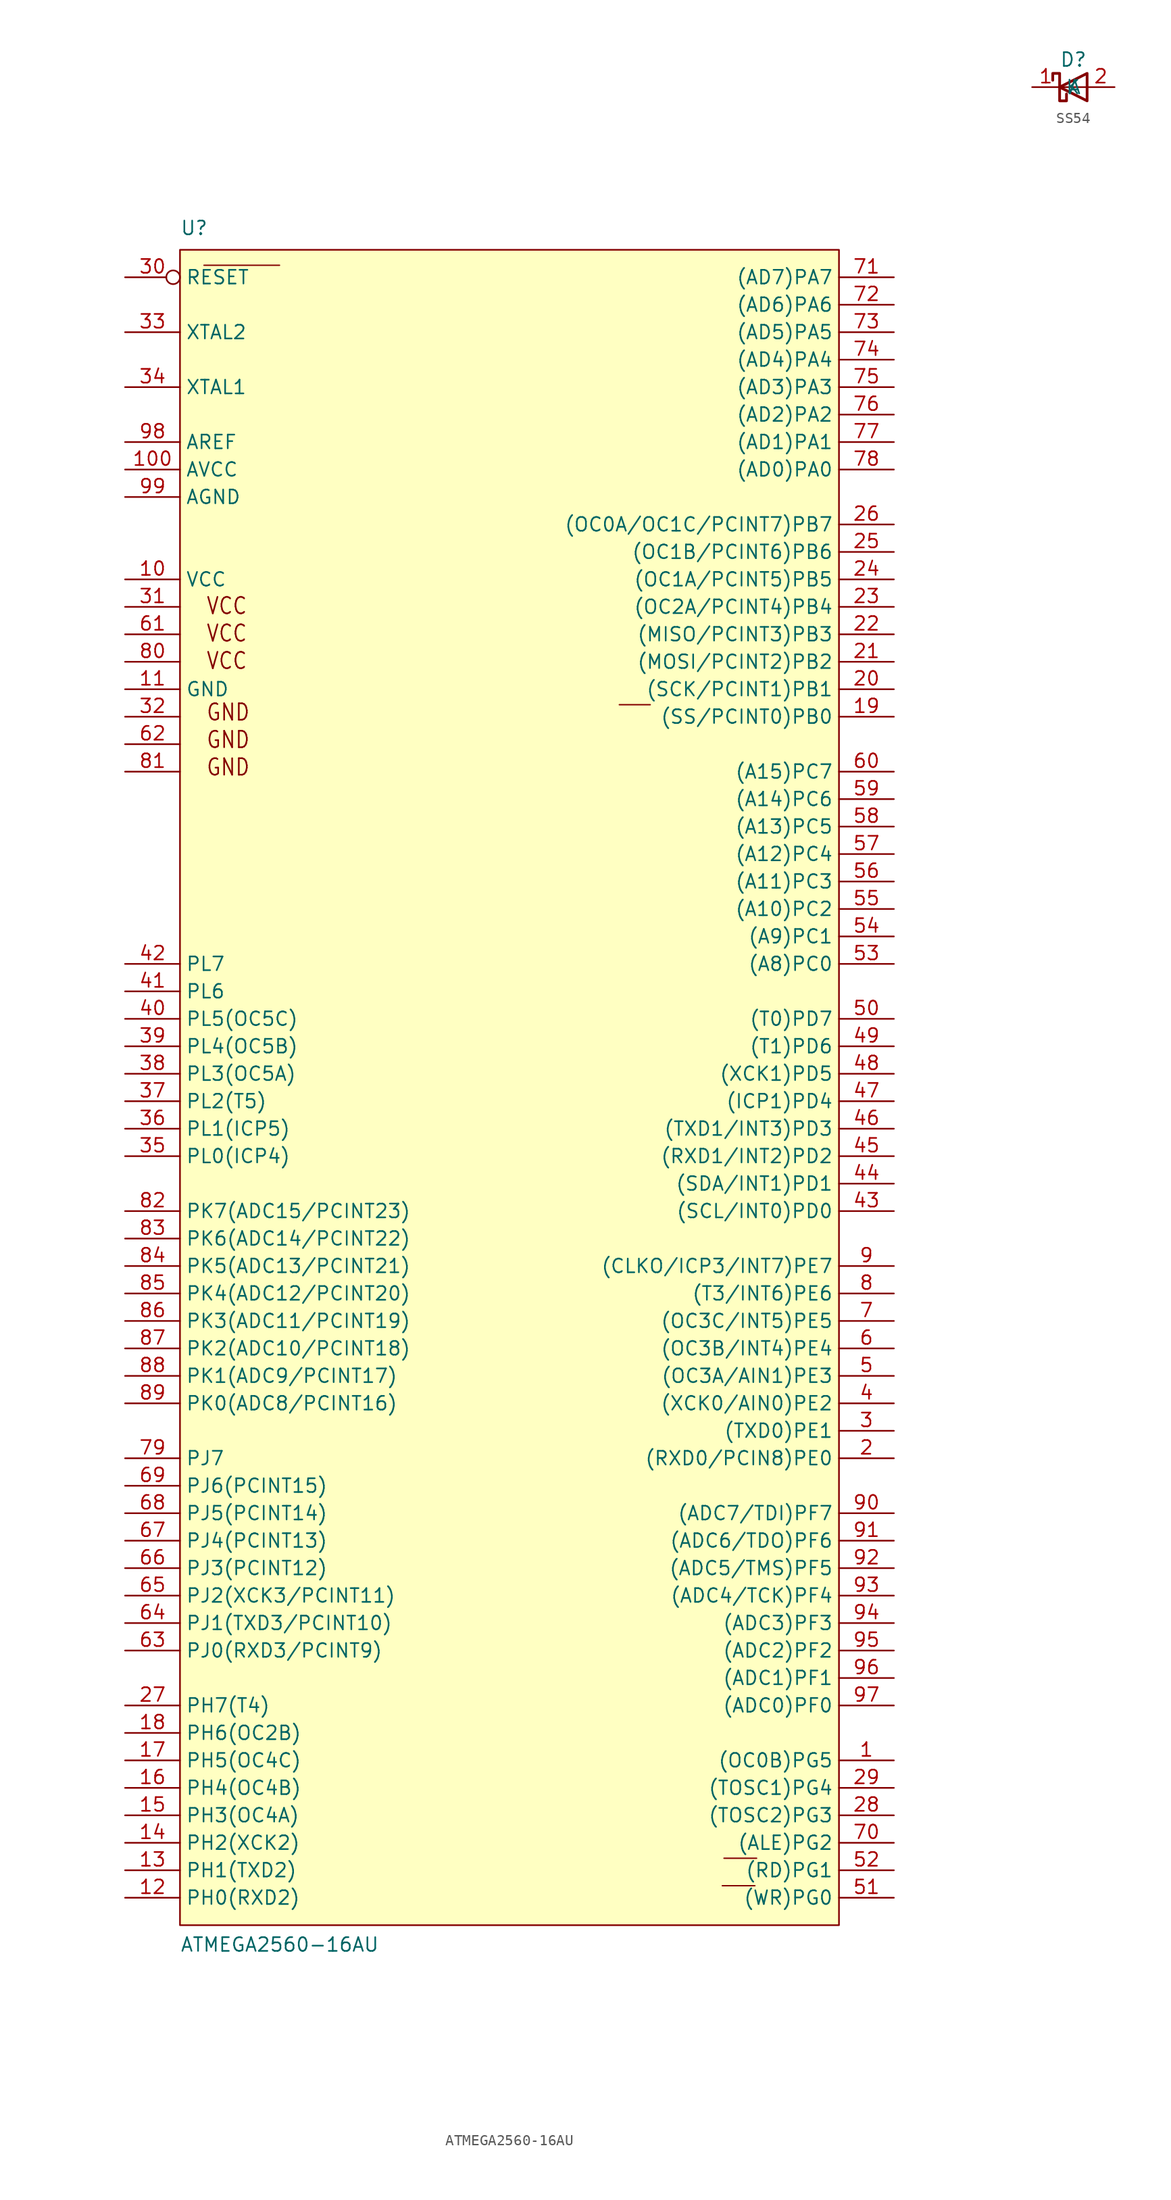
<source format=kicad_sym>
(kicad_symbol_lib
  (version 20241209)
  (generator "kicad_symbol_editor")
  (generator_version "9.0")
  (symbol "ATMEGA2560-16AU"
    (property "Reference" "U"
      (at 0 156.21 0)
      (effects (font (size 1.27 1.27)) (justify left bottom)))
    (property "Value" "ATMEGA2560-16AU"
      (at 0 -2.54 0)
      (effects (font (size 1.27 1.27)) (justify left bottom)))
    (symbol "ATMEGA2560-16AU_1_0"
      (polyline (pts (xy 2.223 153.511) (xy 9.207 153.511)) (stroke (width 0.127) (type solid)) (fill (type none)))
      (polyline (pts (xy 40.64 112.871) (xy 43.498 112.871)) (stroke (width 0.127) (type solid)) (fill (type none)))
      (polyline (pts (xy 50.165 3.651) (xy 53.181 3.651)) (stroke (width 0.127) (type solid)) (fill (type none)))
      (polyline (pts (xy 50.324 6.191) (xy 53.34 6.191)) (stroke (width 0.127) (type solid)) (fill (type none)))
      (text "VCC" (at 2.381 121.126 0) (effects (font (size 1.524 1.295)) (justify left bottom)))
      (text "VCC" (at 2.381 118.586 0) (effects (font (size 1.524 1.295)) (justify left bottom)))
      (text "VCC" (at 2.381 116.046 0) (effects (font (size 1.524 1.295)) (justify left bottom)))
      (text "GND" (at 2.381 111.284 0) (effects (font (size 1.524 1.295)) (justify left bottom)))
      (text "GND" (at 2.381 108.744 0) (effects (font (size 1.524 1.295)) (justify left bottom)))
      (text "GND" (at 2.381 106.204 0) (effects (font (size 1.524 1.295)) (justify left bottom)))
      (pin input inverted (at -5.08 152.4 0) (length 5.08) (name "RESET" (effects (font (size 1.27 1.27)))) (number "30" (effects (font (size 1.27 1.27)))))
      (pin output line (at -5.08 147.32 0) (length 5.08) (name "XTAL2" (effects (font (size 1.27 1.27)))) (number "33" (effects (font (size 1.27 1.27)))))
      (pin input line (at -5.08 142.24 0) (length 5.08) (name "XTAL1" (effects (font (size 1.27 1.27)))) (number "34" (effects (font (size 1.27 1.27)))))
      (pin bidirectional line (at -5.08 137.16 0) (length 5.08) (name "AREF" (effects (font (size 1.27 1.27)))) (number "98" (effects (font (size 1.27 1.27)))))
      (pin power_in line (at -5.08 134.62 0) (length 5.08) (name "AVCC" (effects (font (size 1.27 1.27)))) (number "100" (effects (font (size 1.27 1.27)))))
      (pin power_in line (at -5.08 132.08 0) (length 5.08) (name "AGND" (effects (font (size 1.27 1.27)))) (number "99" (effects (font (size 1.27 1.27)))))
      (pin power_in line (at -5.08 124.46 0) (length 5.08) (name "VCC" (effects (font (size 1.27 1.27)))) (number "10" (effects (font (size 1.27 1.27)))))
      (pin power_in line (at -5.08 121.92 0) (length 5.08) (name "VCC1" (effects (font (size 0 0)))) (number "31" (effects (font (size 1.27 1.27)))))
      (pin power_in line (at -5.08 119.38 0) (length 5.08) (name "VCC2" (effects (font (size 0 0)))) (number "61" (effects (font (size 1.27 1.27)))))
      (pin power_in line (at -5.08 116.84 0) (length 5.08) (name "VCC3" (effects (font (size 0 0)))) (number "80" (effects (font (size 1.27 1.27)))))
      (pin power_in line (at -5.08 114.3 0) (length 5.08) (name "GND" (effects (font (size 1.27 1.27)))) (number "11" (effects (font (size 1.27 1.27)))))
      (pin power_in line (at -5.08 111.76 0) (length 5.08) (name "GND1" (effects (font (size 0 0)))) (number "32" (effects (font (size 1.27 1.27)))))
      (pin power_in line (at -5.08 109.22 0) (length 5.08) (name "GND2" (effects (font (size 0 0)))) (number "62" (effects (font (size 1.27 1.27)))))
      (pin power_in line (at -5.08 106.68 0) (length 5.08) (name "GND3" (effects (font (size 0 0)))) (number "81" (effects (font (size 1.27 1.27)))))
      (pin bidirectional line (at -5.08 88.9 0) (length 5.08) (name "PL7" (effects (font (size 1.27 1.27)))) (number "42" (effects (font (size 1.27 1.27)))))
      (pin bidirectional line (at -5.08 86.36 0) (length 5.08) (name "PL6" (effects (font (size 1.27 1.27)))) (number "41" (effects (font (size 1.27 1.27)))))
      (pin bidirectional line (at -5.08 83.82 0) (length 5.08) (name "PL5(OC5C)" (effects (font (size 1.27 1.27)))) (number "40" (effects (font (size 1.27 1.27)))))
      (pin bidirectional line (at -5.08 81.28 0) (length 5.08) (name "PL4(OC5B)" (effects (font (size 1.27 1.27)))) (number "39" (effects (font (size 1.27 1.27)))))
      (pin bidirectional line (at -5.08 78.74 0) (length 5.08) (name "PL3(OC5A)" (effects (font (size 1.27 1.27)))) (number "38" (effects (font (size 1.27 1.27)))))
      (pin bidirectional line (at -5.08 76.2 0) (length 5.08) (name "PL2(T5)" (effects (font (size 1.27 1.27)))) (number "37" (effects (font (size 1.27 1.27)))))
      (pin bidirectional line (at -5.08 73.66 0) (length 5.08) (name "PL1(ICP5)" (effects (font (size 1.27 1.27)))) (number "36" (effects (font (size 1.27 1.27)))))
      (pin bidirectional line (at -5.08 71.12 0) (length 5.08) (name "PL0(ICP4)" (effects (font (size 1.27 1.27)))) (number "35" (effects (font (size 1.27 1.27)))))
      (pin bidirectional line (at -5.08 66.04 0) (length 5.08) (name "PK7(ADC15/PCINT23)" (effects (font (size 1.27 1.27)))) (number "82" (effects (font (size 1.27 1.27)))))
      (pin bidirectional line (at -5.08 63.5 0) (length 5.08) (name "PK6(ADC14/PCINT22)" (effects (font (size 1.27 1.27)))) (number "83" (effects (font (size 1.27 1.27)))))
      (pin bidirectional line (at -5.08 60.96 0) (length 5.08) (name "PK5(ADC13/PCINT21)" (effects (font (size 1.27 1.27)))) (number "84" (effects (font (size 1.27 1.27)))))
      (pin bidirectional line (at -5.08 58.42 0) (length 5.08) (name "PK4(ADC12/PCINT20)" (effects (font (size 1.27 1.27)))) (number "85" (effects (font (size 1.27 1.27)))))
      (pin bidirectional line (at -5.08 55.88 0) (length 5.08) (name "PK3(ADC11/PCINT19)" (effects (font (size 1.27 1.27)))) (number "86" (effects (font (size 1.27 1.27)))))
      (pin bidirectional line (at -5.08 53.34 0) (length 5.08) (name "PK2(ADC10/PCINT18)" (effects (font (size 1.27 1.27)))) (number "87" (effects (font (size 1.27 1.27)))))
      (pin bidirectional line (at -5.08 50.8 0) (length 5.08) (name "PK1(ADC9/PCINT17)" (effects (font (size 1.27 1.27)))) (number "88" (effects (font (size 1.27 1.27)))))
      (pin bidirectional line (at -5.08 48.26 0) (length 5.08) (name "PK0(ADC8/PCINT16)" (effects (font (size 1.27 1.27)))) (number "89" (effects (font (size 1.27 1.27)))))
      (pin bidirectional line (at -5.08 43.18 0) (length 5.08) (name "PJ7" (effects (font (size 1.27 1.27)))) (number "79" (effects (font (size 1.27 1.27)))))
      (pin bidirectional line (at -5.08 40.64 0) (length 5.08) (name "PJ6(PCINT15)" (effects (font (size 1.27 1.27)))) (number "69" (effects (font (size 1.27 1.27)))))
      (pin bidirectional line (at -5.08 38.1 0) (length 5.08) (name "PJ5(PCINT14)" (effects (font (size 1.27 1.27)))) (number "68" (effects (font (size 1.27 1.27)))))
      (pin bidirectional line (at -5.08 35.56 0) (length 5.08) (name "PJ4(PCINT13)" (effects (font (size 1.27 1.27)))) (number "67" (effects (font (size 1.27 1.27)))))
      (pin bidirectional line (at -5.08 33.02 0) (length 5.08) (name "PJ3(PCINT12)" (effects (font (size 1.27 1.27)))) (number "66" (effects (font (size 1.27 1.27)))))
      (pin bidirectional line (at -5.08 30.48 0) (length 5.08) (name "PJ2(XCK3/PCINT11)" (effects (font (size 1.27 1.27)))) (number "65" (effects (font (size 1.27 1.27)))))
      (pin bidirectional line (at -5.08 27.94 0) (length 5.08) (name "PJ1(TXD3/PCINT10)" (effects (font (size 1.27 1.27)))) (number "64" (effects (font (size 1.27 1.27)))))
      (pin bidirectional line (at -5.08 25.4 0) (length 5.08) (name "PJ0(RXD3/PCINT9)" (effects (font (size 1.27 1.27)))) (number "63" (effects (font (size 1.27 1.27)))))
      (pin bidirectional line (at -5.08 20.32 0) (length 5.08) (name "PH7(T4)" (effects (font (size 1.27 1.27)))) (number "27" (effects (font (size 1.27 1.27)))))
      (pin bidirectional line (at -5.08 17.78 0) (length 5.08) (name "PH6(OC2B)" (effects (font (size 1.27 1.27)))) (number "18" (effects (font (size 1.27 1.27)))))
      (pin bidirectional line (at -5.08 15.24 0) (length 5.08) (name "PH5(OC4C)" (effects (font (size 1.27 1.27)))) (number "17" (effects (font (size 1.27 1.27)))))
      (pin bidirectional line (at -5.08 12.7 0) (length 5.08) (name "PH4(OC4B)" (effects (font (size 1.27 1.27)))) (number "16" (effects (font (size 1.27 1.27)))))
      (pin bidirectional line (at -5.08 10.16 0) (length 5.08) (name "PH3(OC4A)" (effects (font (size 1.27 1.27)))) (number "15" (effects (font (size 1.27 1.27)))))
      (pin bidirectional line (at -5.08 7.62 0) (length 5.08) (name "PH2(XCK2)" (effects (font (size 1.27 1.27)))) (number "14" (effects (font (size 1.27 1.27)))))
      (pin bidirectional line (at -5.08 5.08 0) (length 5.08) (name "PH1(TXD2)" (effects (font (size 1.27 1.27)))) (number "13" (effects (font (size 1.27 1.27)))))
      (pin bidirectional line (at -5.08 2.54 0) (length 5.08) (name "PH0(RXD2)" (effects (font (size 1.27 1.27)))) (number "12" (effects (font (size 1.27 1.27)))))
      (pin bidirectional line (at 66.04 152.4 180) (length 5.08) (name "(AD7)PA7" (effects (font (size 1.27 1.27)))) (number "71" (effects (font (size 1.27 1.27)))))
      (pin bidirectional line (at 66.04 149.86 180) (length 5.08) (name "(AD6)PA6" (effects (font (size 1.27 1.27)))) (number "72" (effects (font (size 1.27 1.27)))))
      (pin bidirectional line (at 66.04 147.32 180) (length 5.08) (name "(AD5)PA5" (effects (font (size 1.27 1.27)))) (number "73" (effects (font (size 1.27 1.27)))))
      (pin bidirectional line (at 66.04 144.78 180) (length 5.08) (name "(AD4)PA4" (effects (font (size 1.27 1.27)))) (number "74" (effects (font (size 1.27 1.27)))))
      (pin bidirectional line (at 66.04 142.24 180) (length 5.08) (name "(AD3)PA3" (effects (font (size 1.27 1.27)))) (number "75" (effects (font (size 1.27 1.27)))))
      (pin bidirectional line (at 66.04 139.7 180) (length 5.08) (name "(AD2)PA2" (effects (font (size 1.27 1.27)))) (number "76" (effects (font (size 1.27 1.27)))))
      (pin bidirectional line (at 66.04 137.16 180) (length 5.08) (name "(AD1)PA1" (effects (font (size 1.27 1.27)))) (number "77" (effects (font (size 1.27 1.27)))))
      (pin bidirectional line (at 66.04 134.62 180) (length 5.08) (name "(AD0)PA0" (effects (font (size 1.27 1.27)))) (number "78" (effects (font (size 1.27 1.27)))))
      (pin bidirectional line (at 66.04 129.54 180) (length 5.08) (name "(OC0A/OC1C/PCINT7)PB7" (effects (font (size 1.27 1.27)))) (number "26" (effects (font (size 1.27 1.27)))))
      (pin bidirectional line (at 66.04 127 180) (length 5.08) (name "(OC1B/PCINT6)PB6" (effects (font (size 1.27 1.27)))) (number "25" (effects (font (size 1.27 1.27)))))
      (pin bidirectional line (at 66.04 124.46 180) (length 5.08) (name "(OC1A/PCINT5)PB5" (effects (font (size 1.27 1.27)))) (number "24" (effects (font (size 1.27 1.27)))))
      (pin bidirectional line (at 66.04 121.92 180) (length 5.08) (name "(OC2A/PCINT4)PB4" (effects (font (size 1.27 1.27)))) (number "23" (effects (font (size 1.27 1.27)))))
      (pin bidirectional line (at 66.04 119.38 180) (length 5.08) (name "(MISO/PCINT3)PB3" (effects (font (size 1.27 1.27)))) (number "22" (effects (font (size 1.27 1.27)))))
      (pin bidirectional line (at 66.04 116.84 180) (length 5.08) (name "(MOSI/PCINT2)PB2" (effects (font (size 1.27 1.27)))) (number "21" (effects (font (size 1.27 1.27)))))
      (pin bidirectional line (at 66.04 114.3 180) (length 5.08) (name "(SCK/PCINT1)PB1" (effects (font (size 1.27 1.27)))) (number "20" (effects (font (size 1.27 1.27)))))
      (pin bidirectional line (at 66.04 111.76 180) (length 5.08) (name "(SS/PCINT0)PB0" (effects (font (size 1.27 1.27)))) (number "19" (effects (font (size 1.27 1.27)))))
      (pin bidirectional line (at 66.04 106.68 180) (length 5.08) (name "(A15)PC7" (effects (font (size 1.27 1.27)))) (number "60" (effects (font (size 1.27 1.27)))))
      (pin bidirectional line (at 66.04 104.14 180) (length 5.08) (name "(A14)PC6" (effects (font (size 1.27 1.27)))) (number "59" (effects (font (size 1.27 1.27)))))
      (pin bidirectional line (at 66.04 101.6 180) (length 5.08) (name "(A13)PC5" (effects (font (size 1.27 1.27)))) (number "58" (effects (font (size 1.27 1.27)))))
      (pin bidirectional line (at 66.04 99.06 180) (length 5.08) (name "(A12)PC4" (effects (font (size 1.27 1.27)))) (number "57" (effects (font (size 1.27 1.27)))))
      (pin bidirectional line (at 66.04 96.52 180) (length 5.08) (name "(A11)PC3" (effects (font (size 1.27 1.27)))) (number "56" (effects (font (size 1.27 1.27)))))
      (pin bidirectional line (at 66.04 93.98 180) (length 5.08) (name "(A10)PC2" (effects (font (size 1.27 1.27)))) (number "55" (effects (font (size 1.27 1.27)))))
      (pin bidirectional line (at 66.04 91.44 180) (length 5.08) (name "(A9)PC1" (effects (font (size 1.27 1.27)))) (number "54" (effects (font (size 1.27 1.27)))))
      (pin bidirectional line (at 66.04 88.9 180) (length 5.08) (name "(A8)PC0" (effects (font (size 1.27 1.27)))) (number "53" (effects (font (size 1.27 1.27)))))
      (pin bidirectional line (at 66.04 83.82 180) (length 5.08) (name "(T0)PD7" (effects (font (size 1.27 1.27)))) (number "50" (effects (font (size 1.27 1.27)))))
      (pin bidirectional line (at 66.04 81.28 180) (length 5.08) (name "(T1)PD6" (effects (font (size 1.27 1.27)))) (number "49" (effects (font (size 1.27 1.27)))))
      (pin bidirectional line (at 66.04 78.74 180) (length 5.08) (name "(XCK1)PD5" (effects (font (size 1.27 1.27)))) (number "48" (effects (font (size 1.27 1.27)))))
      (pin bidirectional line (at 66.04 76.2 180) (length 5.08) (name "(ICP1)PD4" (effects (font (size 1.27 1.27)))) (number "47" (effects (font (size 1.27 1.27)))))
      (pin bidirectional line (at 66.04 73.66 180) (length 5.08) (name "(TXD1/INT3)PD3" (effects (font (size 1.27 1.27)))) (number "46" (effects (font (size 1.27 1.27)))))
      (pin bidirectional line (at 66.04 71.12 180) (length 5.08) (name "(RXD1/INT2)PD2" (effects (font (size 1.27 1.27)))) (number "45" (effects (font (size 1.27 1.27)))))
      (pin bidirectional line (at 66.04 68.58 180) (length 5.08) (name "(SDA/INT1)PD1" (effects (font (size 1.27 1.27)))) (number "44" (effects (font (size 1.27 1.27)))))
      (pin bidirectional line (at 66.04 66.04 180) (length 5.08) (name "(SCL/INT0)PD0" (effects (font (size 1.27 1.27)))) (number "43" (effects (font (size 1.27 1.27)))))
      (pin bidirectional line (at 66.04 60.96 180) (length 5.08) (name "(CLKO/ICP3/INT7)PE7" (effects (font (size 1.27 1.27)))) (number "9" (effects (font (size 1.27 1.27)))))
      (pin bidirectional line (at 66.04 58.42 180) (length 5.08) (name "(T3/INT6)PE6" (effects (font (size 1.27 1.27)))) (number "8" (effects (font (size 1.27 1.27)))))
      (pin bidirectional line (at 66.04 55.88 180) (length 5.08) (name "(OC3C/INT5)PE5" (effects (font (size 1.27 1.27)))) (number "7" (effects (font (size 1.27 1.27)))))
      (pin bidirectional line (at 66.04 53.34 180) (length 5.08) (name "(OC3B/INT4)PE4" (effects (font (size 1.27 1.27)))) (number "6" (effects (font (size 1.27 1.27)))))
      (pin bidirectional line (at 66.04 50.8 180) (length 5.08) (name "(OC3A/AIN1)PE3" (effects (font (size 1.27 1.27)))) (number "5" (effects (font (size 1.27 1.27)))))
      (pin bidirectional line (at 66.04 48.26 180) (length 5.08) (name "(XCK0/AIN0)PE2" (effects (font (size 1.27 1.27)))) (number "4" (effects (font (size 1.27 1.27)))))
      (pin bidirectional line (at 66.04 45.72 180) (length 5.08) (name "(TXD0)PE1" (effects (font (size 1.27 1.27)))) (number "3" (effects (font (size 1.27 1.27)))))
      (pin bidirectional line (at 66.04 43.18 180) (length 5.08) (name "(RXD0/PCIN8)PE0" (effects (font (size 1.27 1.27)))) (number "2" (effects (font (size 1.27 1.27)))))
      (pin bidirectional line (at 66.04 38.1 180) (length 5.08) (name "(ADC7/TDI)PF7" (effects (font (size 1.27 1.27)))) (number "90" (effects (font (size 1.27 1.27)))))
      (pin bidirectional line (at 66.04 35.56 180) (length 5.08) (name "(ADC6/TDO)PF6" (effects (font (size 1.27 1.27)))) (number "91" (effects (font (size 1.27 1.27)))))
      (pin bidirectional line (at 66.04 33.02 180) (length 5.08) (name "(ADC5/TMS)PF5" (effects (font (size 1.27 1.27)))) (number "92" (effects (font (size 1.27 1.27)))))
      (pin bidirectional line (at 66.04 30.48 180) (length 5.08) (name "(ADC4/TCK)PF4" (effects (font (size 1.27 1.27)))) (number "93" (effects (font (size 1.27 1.27)))))
      (pin bidirectional line (at 66.04 27.94 180) (length 5.08) (name "(ADC3)PF3" (effects (font (size 1.27 1.27)))) (number "94" (effects (font (size 1.27 1.27)))))
      (pin bidirectional line (at 66.04 25.4 180) (length 5.08) (name "(ADC2)PF2" (effects (font (size 1.27 1.27)))) (number "95" (effects (font (size 1.27 1.27)))))
      (pin bidirectional line (at 66.04 22.86 180) (length 5.08) (name "(ADC1)PF1" (effects (font (size 1.27 1.27)))) (number "96" (effects (font (size 1.27 1.27)))))
      (pin bidirectional line (at 66.04 20.32 180) (length 5.08) (name "(ADC0)PF0" (effects (font (size 1.27 1.27)))) (number "97" (effects (font (size 1.27 1.27)))))
      (pin bidirectional line (at 66.04 15.24 180) (length 5.08) (name "(OC0B)PG5" (effects (font (size 1.27 1.27)))) (number "1" (effects (font (size 1.27 1.27)))))
      (pin bidirectional line (at 66.04 12.7 180) (length 5.08) (name "(TOSC1)PG4" (effects (font (size 1.27 1.27)))) (number "29" (effects (font (size 1.27 1.27)))))
      (pin bidirectional line (at 66.04 10.16 180) (length 5.08) (name "(TOSC2)PG3" (effects (font (size 1.27 1.27)))) (number "28" (effects (font (size 1.27 1.27)))))
      (pin bidirectional line (at 66.04 7.62 180) (length 5.08) (name "(ALE)PG2" (effects (font (size 1.27 1.27)))) (number "70" (effects (font (size 1.27 1.27)))))
      (pin bidirectional line (at 66.04 5.08 180) (length 5.08) (name "(RD)PG1" (effects (font (size 1.27 1.27)))) (number "52" (effects (font (size 1.27 1.27)))))
      (pin bidirectional line (at 66.04 2.54 180) (length 5.08) (name "(WR)PG0" (effects (font (size 1.27 1.27)))) (number "51" (effects (font (size 1.27 1.27))))))
    (symbol "ATMEGA2560-16AU_1_1"
      (rectangle (start 0 154.94) (end 60.96 0) (stroke (width 0) (type default)) (fill (type background)))))
  (symbol "SS54"
    (property "Reference" "D"
      (at 0 0 0)
      (effects (font (size 1.27 1.27))))
    (property "Value" ""
      (at 0 0 0)
      (effects (font (size 1.27 1.27))))
    (symbol "SS54_0_1"
      (polyline (pts (xy -1.905 -1.905) (xy -1.905 -1.27) (xy -1.27 -1.27) (xy -1.27 -3.81) (xy -0.635 -3.81) (xy -0.635 -3.175)) (stroke (width 0.254) (type default)) (fill (type none)))
      (polyline (pts (xy 1.27 -1.27) (xy 1.27 -3.81) (xy -1.27 -2.54) (xy 1.27 -1.27)) (stroke (width 0.254) (type default)) (fill (type none)))
      (polyline (pts (xy 1.27 -2.54) (xy -1.27 -2.54)) (stroke (width 0) (type default)) (fill (type none))))
    (symbol "SS54_1_1"
      (pin passive line (at -3.81 -2.54 0) (length 2.54) (name "K" (effects (font (size 1.27 1.27)))) (number "1" (effects (font (size 1.27 1.27)))))
      (pin passive line (at 3.81 -2.54 180) (length 2.54) (name "A" (effects (font (size 1.27 1.27)))) (number "2" (effects (font (size 1.27 1.27))))))))
</source>
